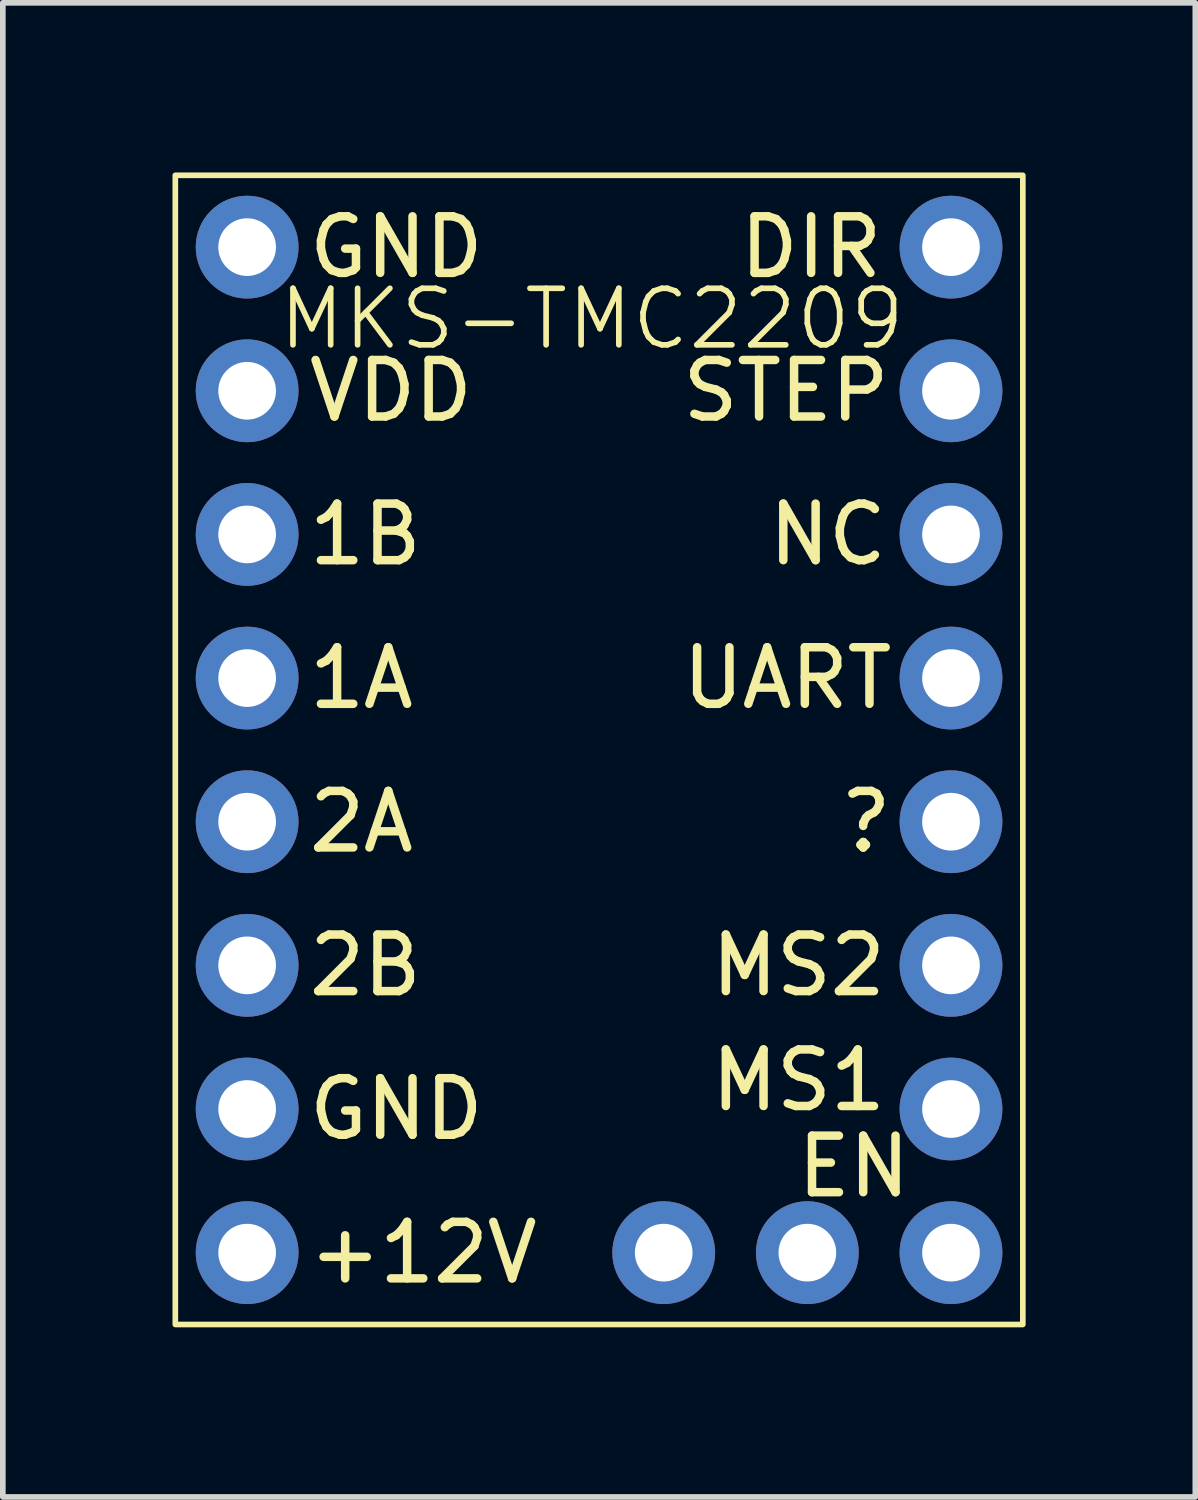
<source format=kicad_pcb>
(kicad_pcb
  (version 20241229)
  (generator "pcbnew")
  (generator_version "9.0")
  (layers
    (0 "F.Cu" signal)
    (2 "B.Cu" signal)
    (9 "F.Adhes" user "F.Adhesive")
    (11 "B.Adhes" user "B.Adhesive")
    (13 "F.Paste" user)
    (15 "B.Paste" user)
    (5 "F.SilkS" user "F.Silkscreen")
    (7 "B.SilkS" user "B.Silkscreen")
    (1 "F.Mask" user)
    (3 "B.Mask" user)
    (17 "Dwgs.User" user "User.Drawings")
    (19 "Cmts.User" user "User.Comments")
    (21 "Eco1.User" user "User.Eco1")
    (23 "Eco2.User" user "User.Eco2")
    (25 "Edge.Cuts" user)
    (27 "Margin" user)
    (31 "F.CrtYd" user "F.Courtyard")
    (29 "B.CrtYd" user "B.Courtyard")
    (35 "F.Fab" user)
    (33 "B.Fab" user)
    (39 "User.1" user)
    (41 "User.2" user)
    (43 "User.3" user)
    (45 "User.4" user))
  (footprint "MKS-TMC2209"
    (layer "F.Cu")
    (at 1.32 8.94)
    (property "Reference" "MKS-TMC2209" (at 6.096 -6.35 0) (unlocked yes) (layer "F.SilkS") (effects (font (size 1 1) (thickness 0.1))))
    (attr through_hole)
    (fp_rect (start -1.27 -8.89) (end 13.716 11.43) (stroke (width 0.1) (type solid)) (fill no) (layer "F.SilkS"))
    (fp_text user "NC" (at 9.144 -2.54 0) (unlocked yes) (layer "F.SilkS") (effects (font (size 1 1) (thickness 0.15)) (justify left)))
    (fp_text user "1B" (at 1.016 -2.54 0) (unlocked yes) (layer "F.SilkS") (effects (font (size 1 1) (thickness 0.15)) (justify left)))
    (fp_text user "2B" (at 1.016 5.08 0) (unlocked yes) (layer "F.SilkS") (effects (font (size 1 1) (thickness 0.15)) (justify left)))
    (fp_text user "MS1" (at 8.128 7.112 0) (unlocked yes) (layer "F.SilkS") (effects (font (size 1 1) (thickness 0.15)) (justify left)))
    (fp_text user "?" (at 10.414 2.54 0) (unlocked yes) (layer "F.SilkS") (effects (font (size 1 1) (thickness 0.15)) (justify left)))
    (fp_text user "VDD" (at 1.016 -5.08 0) (unlocked yes) (layer "F.SilkS") (effects (font (size 1 1) (thickness 0.15)) (justify left)))
    (fp_text user "MS2" (at 8.128 5.08 0) (unlocked yes) (layer "F.SilkS") (effects (font (size 1 1) (thickness 0.15)) (justify left)))
    (fp_text user "2A" (at 1.016 2.54 0) (unlocked yes) (layer "F.SilkS") (effects (font (size 1 1) (thickness 0.15)) (justify left)))
    (fp_text user "EN" (at 9.652 8.636 0) (unlocked yes) (layer "F.SilkS") (effects (font (size 1 1) (thickness 0.15)) (justify left)))
    (fp_text user "1A" (at 1.016 0 0) (unlocked yes) (layer "F.SilkS") (effects (font (size 1 1) (thickness 0.15)) (justify left)))
    (fp_text user "DIR" (at 8.636 -7.62 0) (unlocked yes) (layer "F.SilkS") (effects (font (size 1 1) (thickness 0.15)) (justify left)))
    (fp_text user "GND" (at 1.016 7.62 0) (unlocked yes) (layer "F.SilkS") (effects (font (size 1 1) (thickness 0.15)) (justify left)))
    (fp_text user "GND" (at 1.016 -7.62 0) (unlocked yes) (layer "F.SilkS") (effects (font (size 1 1) (thickness 0.15)) (justify left)))
    (fp_text user "+12V" (at 1.016 10.16 0) (unlocked yes) (layer "F.SilkS") (effects (font (size 1 1) (thickness 0.15)) (justify left)))
    (fp_text user "UART" (at 7.62 0 0) (unlocked yes) (layer "F.SilkS") (effects (font (size 1 1) (thickness 0.15)) (justify left)))
    (fp_text user "STEP" (at 7.62 -5.08 0) (unlocked yes) (layer "F.SilkS") (effects (font (size 1 1) (thickness 0.15)) (justify left)))
    (pad "1" thru_hole circle (at 0 -7.62) (size 1.818 1.818) (drill 1.02) (layers "*.Cu" "*.Mask"))
    (pad "2" thru_hole circle (at 0 -5.08) (size 1.818 1.818) (drill 1.02) (layers "*.Cu" "*.Mask"))
    (pad "3" thru_hole circle (at 0 -2.54) (size 1.818 1.818) (drill 1.02) (layers "*.Cu" "*.Mask"))
    (pad "4" thru_hole circle (at 0 0) (size 1.818 1.818) (drill 1.02) (layers "*.Cu" "*.Mask"))
    (pad "5" thru_hole circle (at 0 2.54) (size 1.818 1.818) (drill 1.02) (layers "*.Cu" "*.Mask"))
    (pad "6" thru_hole circle (at 0 5.08) (size 1.818 1.818) (drill 1.02) (layers "*.Cu" "*.Mask"))
    (pad "7" thru_hole circle (at 0 7.62) (size 1.818 1.818) (drill 1.02) (layers "*.Cu" "*.Mask"))
    (pad "8" thru_hole circle (at 0 10.16) (size 1.818 1.818) (drill 1.02) (layers "*.Cu" "*.Mask"))
    (pad "9" thru_hole circle (at 12.446 -7.62) (size 1.818 1.818) (drill 1.02) (layers "*.Cu" "*.Mask"))
    (pad "10" thru_hole circle (at 12.446 -5.08) (size 1.818 1.818) (drill 1.02) (layers "*.Cu" "*.Mask"))
    (pad "11" thru_hole circle (at 12.446 -2.54) (size 1.818 1.818) (drill 1.02) (layers "*.Cu" "*.Mask"))
    (pad "12" thru_hole circle (at 12.446 0) (size 1.818 1.818) (drill 1.02) (layers "*.Cu" "*.Mask"))
    (pad "13" thru_hole circle (at 12.446 2.54) (size 1.818 1.818) (drill 1.02) (layers "*.Cu" "*.Mask"))
    (pad "14" thru_hole circle (at 12.446 5.08) (size 1.818 1.818) (drill 1.02) (layers "*.Cu" "*.Mask"))
    (pad "15" thru_hole circle (at 12.446 7.62) (size 1.818 1.818) (drill 1.02) (layers "*.Cu" "*.Mask"))
    (pad "16" thru_hole circle (at 12.446 10.16) (size 1.818 1.818) (drill 1.02) (layers "*.Cu" "*.Mask"))
    (pad "17" thru_hole circle (at 9.906 10.16) (size 1.818 1.818) (drill 1.02) (layers "*.Cu" "*.Mask"))
    (pad "18" thru_hole circle (at 7.366 10.16) (size 1.818 1.818) (drill 1.02) (layers "*.Cu" "*.Mask")))
  (gr_rect
    (start -3 -3)
    (end 18.086 23.42)
    (stroke (width 0.1) (type default))
    (fill no)
    (layer "Edge.Cuts")))
</source>
